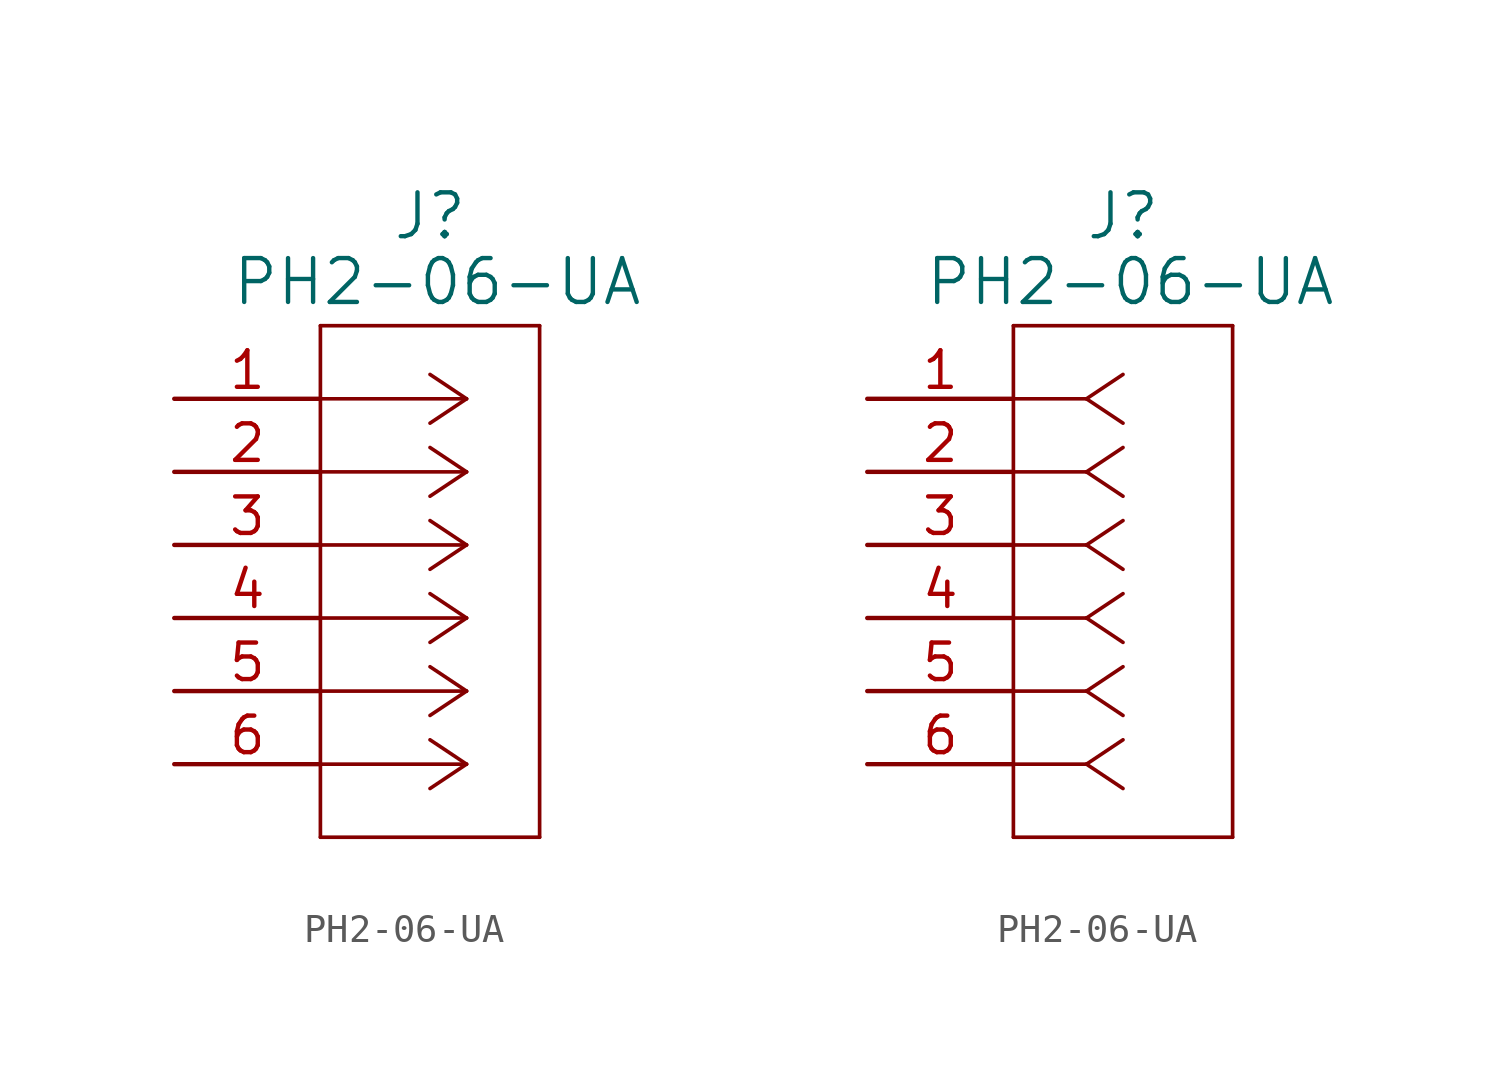
<source format=kicad_sym>
(kicad_symbol_lib
  (version 20231120)
  (generator "kicad_symbol_editor")
  (generator_version "8.0")
  (symbol "PH2-06-UA"
    (pin_names
      (offset 0.254) hide)
    (property "Reference" "J"
      (at 8.89 6.35 0)
      (effects (font (size 1.524 1.524))))
    (property "Value" "PH2-06-UA"
      (at 9.144 4.064 0)
      (effects (font (size 1.524 1.524))))
    (symbol "PH2-06-UA_1_1"
      (polyline (pts (xy 5.08 -15.24) (xy 12.7 -15.24)) (stroke (width 0.127) (type default)) (fill (type none)))
      (polyline (pts (xy 5.08 2.54) (xy 5.08 -15.24)) (stroke (width 0.127) (type default)) (fill (type none)))
      (polyline (pts (xy 10.16 -12.7) (xy 5.08 -12.7)) (stroke (width 0.127) (type default)) (fill (type none)))
      (polyline (pts (xy 10.16 -12.7) (xy 8.89 -13.547)) (stroke (width 0.127) (type default)) (fill (type none)))
      (polyline (pts (xy 10.16 -12.7) (xy 8.89 -11.853)) (stroke (width 0.127) (type default)) (fill (type none)))
      (polyline (pts (xy 10.16 -10.16) (xy 5.08 -10.16)) (stroke (width 0.127) (type default)) (fill (type none)))
      (polyline (pts (xy 10.16 -10.16) (xy 8.89 -11.007)) (stroke (width 0.127) (type default)) (fill (type none)))
      (polyline (pts (xy 10.16 -10.16) (xy 8.89 -9.313)) (stroke (width 0.127) (type default)) (fill (type none)))
      (polyline (pts (xy 10.16 -7.62) (xy 5.08 -7.62)) (stroke (width 0.127) (type default)) (fill (type none)))
      (polyline (pts (xy 10.16 -7.62) (xy 8.89 -8.467)) (stroke (width 0.127) (type default)) (fill (type none)))
      (polyline (pts (xy 10.16 -7.62) (xy 8.89 -6.773)) (stroke (width 0.127) (type default)) (fill (type none)))
      (polyline (pts (xy 10.16 -5.08) (xy 5.08 -5.08)) (stroke (width 0.127) (type default)) (fill (type none)))
      (polyline (pts (xy 10.16 -5.08) (xy 8.89 -5.927)) (stroke (width 0.127) (type default)) (fill (type none)))
      (polyline (pts (xy 10.16 -5.08) (xy 8.89 -4.233)) (stroke (width 0.127) (type default)) (fill (type none)))
      (polyline (pts (xy 10.16 -2.54) (xy 5.08 -2.54)) (stroke (width 0.127) (type default)) (fill (type none)))
      (polyline (pts (xy 10.16 -2.54) (xy 8.89 -3.387)) (stroke (width 0.127) (type default)) (fill (type none)))
      (polyline (pts (xy 10.16 -2.54) (xy 8.89 -1.693)) (stroke (width 0.127) (type default)) (fill (type none)))
      (polyline (pts (xy 10.16 0) (xy 5.08 0)) (stroke (width 0.127) (type default)) (fill (type none)))
      (polyline (pts (xy 10.16 0) (xy 8.89 -0.847)) (stroke (width 0.127) (type default)) (fill (type none)))
      (polyline (pts (xy 10.16 0) (xy 8.89 0.847)) (stroke (width 0.127) (type default)) (fill (type none)))
      (polyline (pts (xy 12.7 -15.24) (xy 12.7 2.54)) (stroke (width 0.127) (type default)) (fill (type none)))
      (polyline (pts (xy 12.7 2.54) (xy 5.08 2.54)) (stroke (width 0.127) (type default)) (fill (type none)))
      (pin unspecified line (at 0 0 0) (length 5.08) (name "1" (effects (font (size 1.27 1.27)))) (number "1" (effects (font (size 1.27 1.27)))))
      (pin unspecified line (at 0 -2.54 0) (length 5.08) (name "2" (effects (font (size 1.27 1.27)))) (number "2" (effects (font (size 1.27 1.27)))))
      (pin unspecified line (at 0 -5.08 0) (length 5.08) (name "3" (effects (font (size 1.27 1.27)))) (number "3" (effects (font (size 1.27 1.27)))))
      (pin unspecified line (at 0 -7.62 0) (length 5.08) (name "4" (effects (font (size 1.27 1.27)))) (number "4" (effects (font (size 1.27 1.27)))))
      (pin unspecified line (at 0 -10.16 0) (length 5.08) (name "5" (effects (font (size 1.27 1.27)))) (number "5" (effects (font (size 1.27 1.27)))))
      (pin unspecified line (at 0 -12.7 0) (length 5.08) (name "6" (effects (font (size 1.27 1.27)))) (number "6" (effects (font (size 1.27 1.27))))))
    (symbol "PH2-06-UA_1_2"
      (polyline (pts (xy 5.08 -15.24) (xy 12.7 -15.24)) (stroke (width 0.127) (type default)) (fill (type none)))
      (polyline (pts (xy 5.08 2.54) (xy 5.08 -15.24)) (stroke (width 0.127) (type default)) (fill (type none)))
      (polyline (pts (xy 7.62 -12.7) (xy 5.08 -12.7)) (stroke (width 0.127) (type default)) (fill (type none)))
      (polyline (pts (xy 7.62 -12.7) (xy 8.89 -13.547)) (stroke (width 0.127) (type default)) (fill (type none)))
      (polyline (pts (xy 7.62 -12.7) (xy 8.89 -11.853)) (stroke (width 0.127) (type default)) (fill (type none)))
      (polyline (pts (xy 7.62 -10.16) (xy 5.08 -10.16)) (stroke (width 0.127) (type default)) (fill (type none)))
      (polyline (pts (xy 7.62 -10.16) (xy 8.89 -11.007)) (stroke (width 0.127) (type default)) (fill (type none)))
      (polyline (pts (xy 7.62 -10.16) (xy 8.89 -9.313)) (stroke (width 0.127) (type default)) (fill (type none)))
      (polyline (pts (xy 7.62 -7.62) (xy 5.08 -7.62)) (stroke (width 0.127) (type default)) (fill (type none)))
      (polyline (pts (xy 7.62 -7.62) (xy 8.89 -8.467)) (stroke (width 0.127) (type default)) (fill (type none)))
      (polyline (pts (xy 7.62 -7.62) (xy 8.89 -6.773)) (stroke (width 0.127) (type default)) (fill (type none)))
      (polyline (pts (xy 7.62 -5.08) (xy 5.08 -5.08)) (stroke (width 0.127) (type default)) (fill (type none)))
      (polyline (pts (xy 7.62 -5.08) (xy 8.89 -5.927)) (stroke (width 0.127) (type default)) (fill (type none)))
      (polyline (pts (xy 7.62 -5.08) (xy 8.89 -4.233)) (stroke (width 0.127) (type default)) (fill (type none)))
      (polyline (pts (xy 7.62 -2.54) (xy 5.08 -2.54)) (stroke (width 0.127) (type default)) (fill (type none)))
      (polyline (pts (xy 7.62 -2.54) (xy 8.89 -3.387)) (stroke (width 0.127) (type default)) (fill (type none)))
      (polyline (pts (xy 7.62 -2.54) (xy 8.89 -1.693)) (stroke (width 0.127) (type default)) (fill (type none)))
      (polyline (pts (xy 7.62 0) (xy 5.08 0)) (stroke (width 0.127) (type default)) (fill (type none)))
      (polyline (pts (xy 7.62 0) (xy 8.89 -0.847)) (stroke (width 0.127) (type default)) (fill (type none)))
      (polyline (pts (xy 7.62 0) (xy 8.89 0.847)) (stroke (width 0.127) (type default)) (fill (type none)))
      (polyline (pts (xy 12.7 -15.24) (xy 12.7 2.54)) (stroke (width 0.127) (type default)) (fill (type none)))
      (polyline (pts (xy 12.7 2.54) (xy 5.08 2.54)) (stroke (width 0.127) (type default)) (fill (type none)))
      (pin unspecified line (at 0 0 0) (length 5.08) (name "1" (effects (font (size 1.27 1.27)))) (number "1" (effects (font (size 1.27 1.27)))))
      (pin unspecified line (at 0 -2.54 0) (length 5.08) (name "2" (effects (font (size 1.27 1.27)))) (number "2" (effects (font (size 1.27 1.27)))))
      (pin unspecified line (at 0 -5.08 0) (length 5.08) (name "3" (effects (font (size 1.27 1.27)))) (number "3" (effects (font (size 1.27 1.27)))))
      (pin unspecified line (at 0 -7.62 0) (length 5.08) (name "4" (effects (font (size 1.27 1.27)))) (number "4" (effects (font (size 1.27 1.27)))))
      (pin unspecified line (at 0 -10.16 0) (length 5.08) (name "5" (effects (font (size 1.27 1.27)))) (number "5" (effects (font (size 1.27 1.27)))))
      (pin unspecified line (at 0 -12.7 0) (length 5.08) (name "6" (effects (font (size 1.27 1.27)))) (number "6" (effects (font (size 1.27 1.27))))))))
</source>
